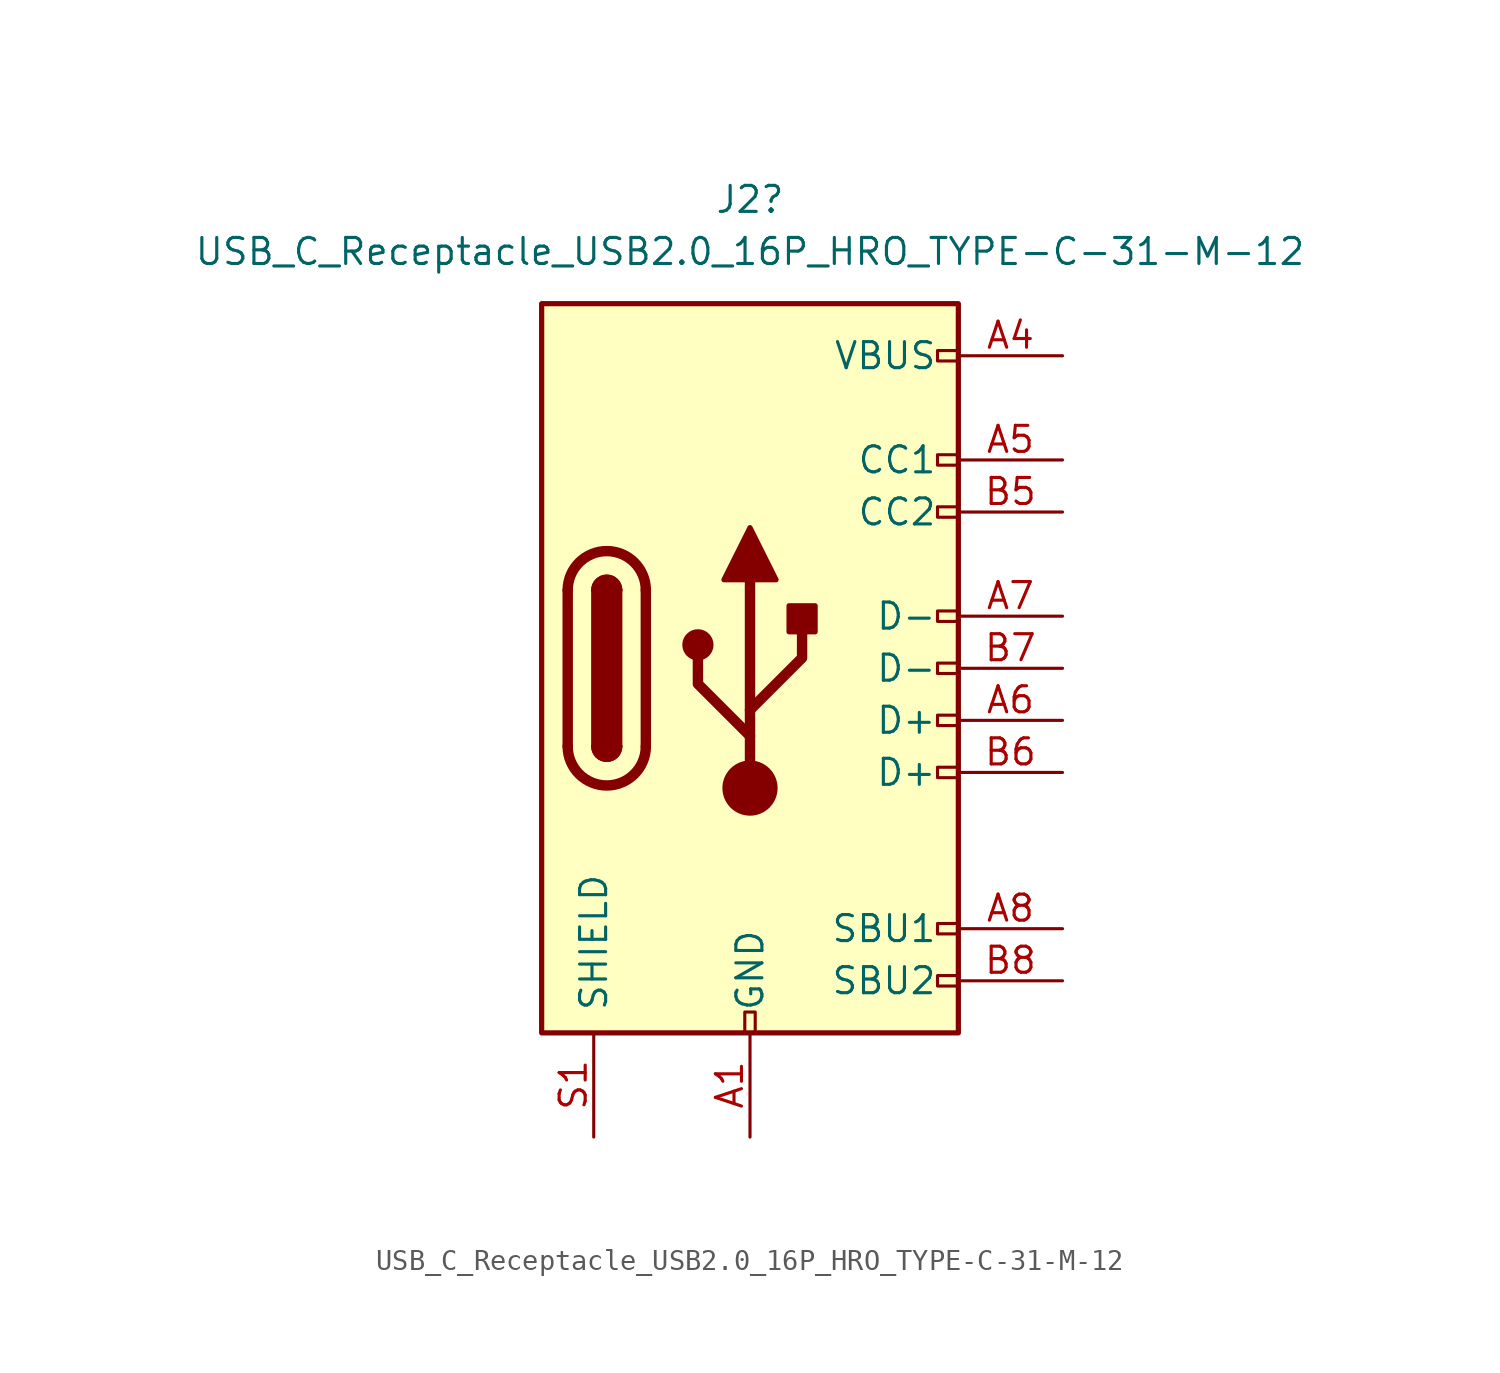
<source format=kicad_sym>
(kicad_symbol_lib
  (version 20241209)
  (generator "kicad_symbol_editor")
  (generator_version "9.0")
  (symbol "USB_C_Receptacle_USB2.0_16P_HRO_TYPE-C-31-M-12"
    (pin_names
      (offset 1.016))
    (property "Reference" "J2"
      (at 0 22.86 0)
      (effects (font (size 1.27 1.27))))
    (property "Value" "USB_C_Receptacle_USB2.0_16P_HRO_TYPE-C-31-M-12"
      (at 0 20.32 0)
      (effects (font (size 1.27 1.27))))
    (symbol "USB_C_Receptacle_USB2.0_16P_HRO_TYPE-C-31-M-12_0_0"
      (rectangle (start -0.254 -17.78) (end 0.254 -16.764) (stroke (width 0) (type default)) (fill (type none)))
      (rectangle (start 10.16 15.494) (end 9.144 14.986) (stroke (width 0) (type default)) (fill (type none)))
      (rectangle (start 10.16 10.414) (end 9.144 9.906) (stroke (width 0) (type default)) (fill (type none)))
      (rectangle (start 10.16 7.874) (end 9.144 7.366) (stroke (width 0) (type default)) (fill (type none)))
      (rectangle (start 10.16 2.794) (end 9.144 2.286) (stroke (width 0) (type default)) (fill (type none)))
      (rectangle (start 10.16 0.254) (end 9.144 -0.254) (stroke (width 0) (type default)) (fill (type none)))
      (rectangle (start 10.16 -2.286) (end 9.144 -2.794) (stroke (width 0) (type default)) (fill (type none)))
      (rectangle (start 10.16 -4.826) (end 9.144 -5.334) (stroke (width 0) (type default)) (fill (type none)))
      (rectangle (start 10.16 -12.446) (end 9.144 -12.954) (stroke (width 0) (type default)) (fill (type none)))
      (rectangle (start 10.16 -14.986) (end 9.144 -15.494) (stroke (width 0) (type default)) (fill (type none))))
    (symbol "USB_C_Receptacle_USB2.0_16P_HRO_TYPE-C-31-M-12_0_1"
      (rectangle (start -10.16 17.78) (end 10.16 -17.78) (stroke (width 0.254) (type default)) (fill (type background)))
      (polyline (pts (xy -8.89 -3.81) (xy -8.89 3.81)) (stroke (width 0.508) (type default)) (fill (type none)))
      (rectangle (start -7.62 -3.81) (end -6.35 3.81) (stroke (width 0.254) (type default)) (fill (type outline)))
      (arc (start -7.62 3.81) (mid -6.985 4.4423) (end -6.35 3.81) (stroke (width 0.254) (type default)) (fill (type none)))
      (arc (start -7.62 3.81) (mid -6.985 4.4423) (end -6.35 3.81) (stroke (width 0.254) (type default)) (fill (type outline)))
      (arc (start -8.89 3.81) (mid -6.985 5.7067) (end -5.08 3.81) (stroke (width 0.508) (type default)) (fill (type none)))
      (arc (start -5.08 -3.81) (mid -6.985 -5.7067) (end -8.89 -3.81) (stroke (width 0.508) (type default)) (fill (type none)))
      (arc (start -6.35 -3.81) (mid -6.985 -4.4423) (end -7.62 -3.81) (stroke (width 0.254) (type default)) (fill (type none)))
      (arc (start -6.35 -3.81) (mid -6.985 -4.4423) (end -7.62 -3.81) (stroke (width 0.254) (type default)) (fill (type outline)))
      (polyline (pts (xy -5.08 3.81) (xy -5.08 -3.81)) (stroke (width 0.508) (type default)) (fill (type none)))
      (circle (center -2.54 1.143) (radius 0.635) (stroke (width 0.254) (type default)) (fill (type outline)))
      (polyline (pts (xy -1.27 4.318) (xy 0 6.858) (xy 1.27 4.318) (xy -1.27 4.318)) (stroke (width 0.254) (type default)) (fill (type outline)))
      (polyline (pts (xy 0 -2.032) (xy 2.54 0.508) (xy 2.54 1.778)) (stroke (width 0.508) (type default)) (fill (type none)))
      (polyline (pts (xy 0 -3.302) (xy -2.54 -0.762) (xy -2.54 0.508)) (stroke (width 0.508) (type default)) (fill (type none)))
      (polyline (pts (xy 0 -5.842) (xy 0 4.318)) (stroke (width 0.508) (type default)) (fill (type none)))
      (circle (center 0 -5.842) (radius 1.27) (stroke (width 0) (type default)) (fill (type outline)))
      (rectangle (start 1.905 1.778) (end 3.175 3.048) (stroke (width 0.254) (type default)) (fill (type outline))))
    (symbol "USB_C_Receptacle_USB2.0_16P_HRO_TYPE-C-31-M-12_1_1"
      (pin passive line (at -7.62 -22.86 90) (length 5.08) (name "SHIELD" (effects (font (size 1.27 1.27)))) (number "S1" (effects (font (size 1.27 1.27)))))
      (pin passive line (at 0 -22.86 90) (length 5.08) (name "GND" (effects (font (size 1.27 1.27)))) (number "A1" (effects (font (size 1.27 1.27)))))
      (pin passive line (at 0 -22.86 90) (length 5.08) (hide yes) (name "GND" (effects (font (size 1.27 1.27)))) (number "A12" (effects (font (size 1.27 1.27)))))
      (pin passive line (at 0 -22.86 90) (length 5.08) (hide yes) (name "GND" (effects (font (size 1.27 1.27)))) (number "B1" (effects (font (size 1.27 1.27)))))
      (pin passive line (at 0 -22.86 90) (length 5.08) (hide yes) (name "GND" (effects (font (size 1.27 1.27)))) (number "B12" (effects (font (size 1.27 1.27)))))
      (pin passive line (at 15.24 15.24 180) (length 5.08) (name "VBUS" (effects (font (size 1.27 1.27)))) (number "A4" (effects (font (size 1.27 1.27)))))
      (pin passive line (at 15.24 15.24 180) (length 5.08) (hide yes) (name "VBUS" (effects (font (size 1.27 1.27)))) (number "A9" (effects (font (size 1.27 1.27)))))
      (pin passive line (at 15.24 15.24 180) (length 5.08) (hide yes) (name "VBUS" (effects (font (size 1.27 1.27)))) (number "B4" (effects (font (size 1.27 1.27)))))
      (pin passive line (at 15.24 15.24 180) (length 5.08) (hide yes) (name "VBUS" (effects (font (size 1.27 1.27)))) (number "B9" (effects (font (size 1.27 1.27)))))
      (pin bidirectional line (at 15.24 10.16 180) (length 5.08) (name "CC1" (effects (font (size 1.27 1.27)))) (number "A5" (effects (font (size 1.27 1.27)))))
      (pin bidirectional line (at 15.24 7.62 180) (length 5.08) (name "CC2" (effects (font (size 1.27 1.27)))) (number "B5" (effects (font (size 1.27 1.27)))))
      (pin bidirectional line (at 15.24 2.54 180) (length 5.08) (name "D-" (effects (font (size 1.27 1.27)))) (number "A7" (effects (font (size 1.27 1.27)))))
      (pin bidirectional line (at 15.24 0 180) (length 5.08) (name "D-" (effects (font (size 1.27 1.27)))) (number "B7" (effects (font (size 1.27 1.27)))))
      (pin bidirectional line (at 15.24 -2.54 180) (length 5.08) (name "D+" (effects (font (size 1.27 1.27)))) (number "A6" (effects (font (size 1.27 1.27)))))
      (pin bidirectional line (at 15.24 -5.08 180) (length 5.08) (name "D+" (effects (font (size 1.27 1.27)))) (number "B6" (effects (font (size 1.27 1.27)))))
      (pin bidirectional line (at 15.24 -12.7 180) (length 5.08) (name "SBU1" (effects (font (size 1.27 1.27)))) (number "A8" (effects (font (size 1.27 1.27)))))
      (pin bidirectional line (at 15.24 -15.24 180) (length 5.08) (name "SBU2" (effects (font (size 1.27 1.27)))) (number "B8" (effects (font (size 1.27 1.27))))))))
</source>
